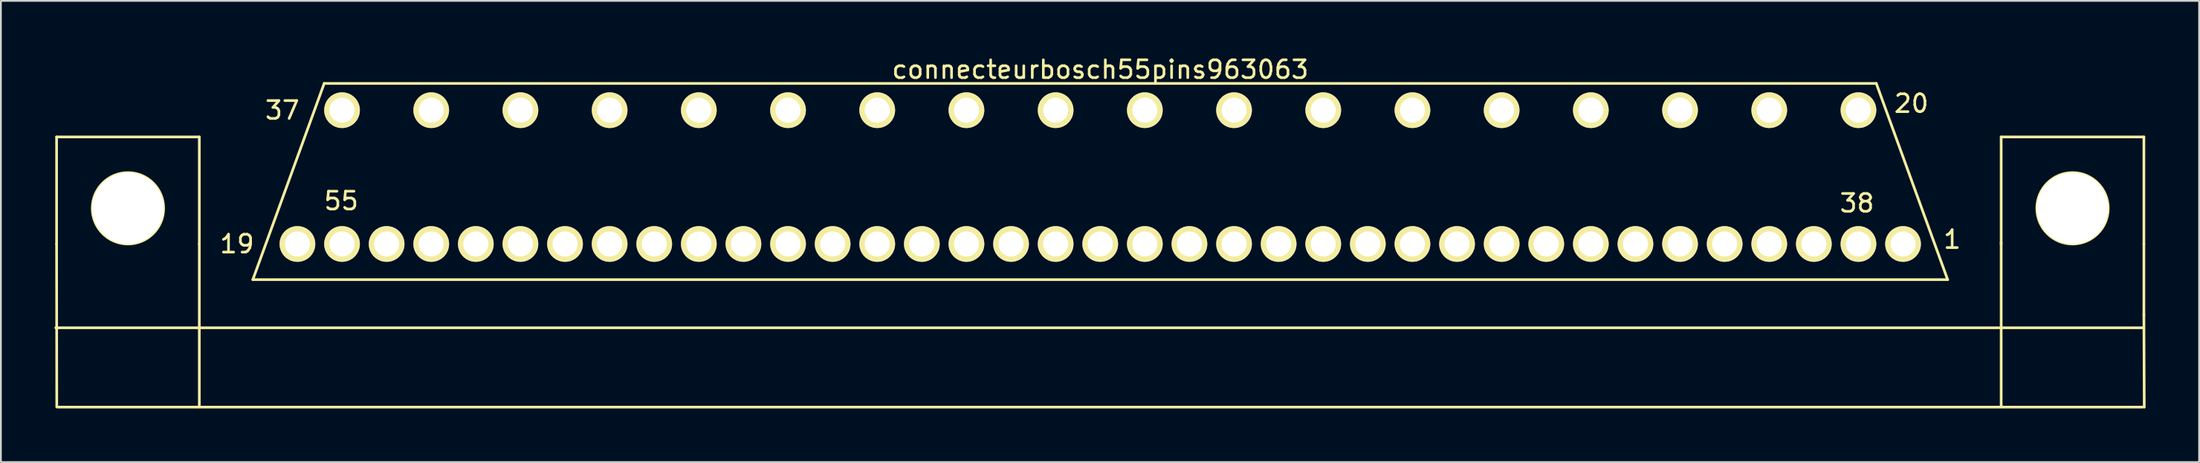
<source format=kicad_pcb>
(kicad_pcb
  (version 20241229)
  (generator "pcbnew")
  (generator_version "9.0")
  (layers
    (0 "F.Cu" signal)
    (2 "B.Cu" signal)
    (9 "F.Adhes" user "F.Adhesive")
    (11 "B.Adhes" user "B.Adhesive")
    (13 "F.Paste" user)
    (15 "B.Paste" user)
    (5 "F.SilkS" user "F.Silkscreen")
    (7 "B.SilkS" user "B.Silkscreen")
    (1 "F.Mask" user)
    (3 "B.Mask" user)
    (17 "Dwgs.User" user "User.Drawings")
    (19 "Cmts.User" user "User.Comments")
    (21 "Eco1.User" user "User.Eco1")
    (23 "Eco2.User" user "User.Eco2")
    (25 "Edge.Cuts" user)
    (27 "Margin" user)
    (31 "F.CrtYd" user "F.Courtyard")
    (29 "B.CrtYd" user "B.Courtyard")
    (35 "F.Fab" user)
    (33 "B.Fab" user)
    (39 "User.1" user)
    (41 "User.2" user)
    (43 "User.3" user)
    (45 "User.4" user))
  (footprint "connecteurbosch55pins963063"
    (layer "F.Cu")
    (at 58.622 10.627)
    (property "Reference" "connecteurbosch55pins963063" (at 0 -9.779 0) (layer "F.SilkS") (effects (font (size 1 1) (thickness 0.15))))
    (attr through_hole)
    (fp_line (start -58.547 4.699) (end 58.42 4.699) (stroke (width 0.15) (type solid)) (layer "F.SilkS"))
    (fp_line (start -58.5 -6) (end -58.5 0) (stroke (width 0.15) (type solid)) (layer "F.SilkS"))
    (fp_line (start -58.5 0) (end -58.49 9.14) (stroke (width 0.15) (type solid)) (layer "F.SilkS"))
    (fp_line (start -58.42 9.144) (end 58.42 9.144) (stroke (width 0.15) (type solid)) (layer "F.SilkS"))
    (fp_line (start -50.5 -6) (end -58.5 -6) (stroke (width 0.15) (type solid)) (layer "F.SilkS"))
    (fp_line (start -50.5 -0.01) (end -50.5 9.13) (stroke (width 0.15) (type solid)) (layer "F.SilkS"))
    (fp_line (start -50.5 0) (end -50.5 -6) (stroke (width 0.15) (type solid)) (layer "F.SilkS"))
    (fp_line (start -47.5 2) (end -43.5 -9) (stroke (width 0.15) (type solid)) (layer "F.SilkS"))
    (fp_line (start -43.5 -9) (end 43.5 -9) (stroke (width 0.15) (type solid)) (layer "F.SilkS"))
    (fp_line (start 43.5 -9) (end 47.5 2) (stroke (width 0.15) (type solid)) (layer "F.SilkS"))
    (fp_line (start 47.5 2) (end -47.5 2) (stroke (width 0.15) (type solid)) (layer "F.SilkS"))
    (fp_line (start 50.5 -6) (end 58.5 -6) (stroke (width 0.15) (type solid)) (layer "F.SilkS"))
    (fp_line (start 50.5 -0.08) (end 50.5 9.11) (stroke (width 0.15) (type solid)) (layer "F.SilkS"))
    (fp_line (start 50.5 0) (end 50.5 -6) (stroke (width 0.15) (type solid)) (layer "F.SilkS"))
    (fp_line (start 58.5 -6) (end 58.5 0) (stroke (width 0.15) (type solid)) (layer "F.SilkS"))
    (fp_line (start 58.5 3.96) (end 58.52 9.15) (stroke (width 0.15) (type solid)) (layer "F.SilkS"))
    (fp_line (start 58.5 4) (end 58.5 0) (stroke (width 0.15) (type solid)) (layer "F.SilkS"))
    (fp_circle (center -54.5 -2) (end -54.5 0) (stroke (width 0.15) (type solid)) (fill no) (layer "F.SilkS"))
    (fp_circle (center 54.5 -2) (end 54.5 0) (stroke (width 0.15) (type solid)) (fill no) (layer "F.SilkS"))
    (fp_text user "1" (at 47.752 -0.254 0) (layer "F.SilkS") (effects (font (size 1 1) (thickness 0.15))))
    (fp_text user "55" (at -42.545 -2.413 0) (layer "F.SilkS") (effects (font (size 1 1) (thickness 0.15))))
    (fp_text user "20" (at 45.466 -7.874 0) (layer "F.SilkS") (effects (font (size 1 1) (thickness 0.15))))
    (fp_text user "19" (at -48.387 0 0) (layer "F.SilkS") (effects (font (size 1 1) (thickness 0.15))))
    (fp_text user "38" (at 42.418 -2.286 0) (layer "F.SilkS") (effects (font (size 1 1) (thickness 0.15))))
    (fp_text user "37" (at -45.847 -7.493 0) (layer "F.SilkS") (effects (font (size 1 1) (thickness 0.15))))
    (pad "1" thru_hole circle (at 45 0) (size 2 2) (drill 1.4) (layers "*.Cu" "*.Mask" "F.SilkS"))
    (pad "2" thru_hole circle (at 40 0) (size 2 2) (drill 1.4) (layers "*.Cu" "*.Mask" "F.SilkS"))
    (pad "3" thru_hole circle (at 35 0) (size 2 2) (drill 1.4) (layers "*.Cu" "*.Mask" "F.SilkS"))
    (pad "4" thru_hole circle (at 30 0) (size 2 2) (drill 1.4) (layers "*.Cu" "*.Mask" "F.SilkS"))
    (pad "5" thru_hole circle (at 25 0) (size 2 2) (drill 1.4) (layers "*.Cu" "*.Mask" "F.SilkS"))
    (pad "6" thru_hole circle (at 20 0) (size 2 2) (drill 1.4) (layers "*.Cu" "*.Mask" "F.SilkS"))
    (pad "7" thru_hole circle (at 15 0) (size 2 2) (drill 1.4) (layers "*.Cu" "*.Mask" "F.SilkS"))
    (pad "8" thru_hole circle (at 10 0) (size 2 2) (drill 1.4) (layers "*.Cu" "*.Mask" "F.SilkS"))
    (pad "9" thru_hole circle (at 5 0) (size 2 2) (drill 1.4) (layers "*.Cu" "*.Mask" "F.SilkS"))
    (pad "10" thru_hole circle (at 0 0) (size 2 2) (drill 1.4) (layers "*.Cu" "*.Mask" "F.SilkS"))
    (pad "11" thru_hole circle (at -5 0) (size 2 2) (drill 1.4) (layers "*.Cu" "*.Mask" "F.SilkS"))
    (pad "12" thru_hole circle (at -10 0) (size 2 2) (drill 1.4) (layers "*.Cu" "*.Mask" "F.SilkS"))
    (pad "13" thru_hole circle (at -15 0) (size 2 2) (drill 1.4) (layers "*.Cu" "*.Mask" "F.SilkS"))
    (pad "14" thru_hole circle (at -20 0) (size 2 2) (drill 1.4) (layers "*.Cu" "*.Mask" "F.SilkS"))
    (pad "15" thru_hole circle (at -25 0) (size 2 2) (drill 1.4) (layers "*.Cu" "*.Mask" "F.SilkS"))
    (pad "16" thru_hole circle (at -30 0) (size 2 2) (drill 1.4) (layers "*.Cu" "*.Mask" "F.SilkS"))
    (pad "17" thru_hole circle (at -35 0) (size 2 2) (drill 1.4) (layers "*.Cu" "*.Mask" "F.SilkS"))
    (pad "18" thru_hole circle (at -40 0) (size 2 2) (drill 1.4) (layers "*.Cu" "*.Mask" "F.SilkS"))
    (pad "19" thru_hole circle (at -45 0) (size 2 2) (drill 1.4) (layers "*.Cu" "*.Mask" "F.SilkS"))
    (pad "20" thru_hole circle (at 42.5 -7.5) (size 2 2) (drill 1.4) (layers "*.Cu" "*.Mask" "F.SilkS"))
    (pad "21" thru_hole circle (at 37.5 -7.5) (size 2 2) (drill 1.4) (layers "*.Cu" "*.Mask" "F.SilkS"))
    (pad "22" thru_hole circle (at 32.5 -7.5) (size 2 2) (drill 1.4) (layers "*.Cu" "*.Mask" "F.SilkS"))
    (pad "23" thru_hole circle (at 27.5 -7.5) (size 2 2) (drill 1.4) (layers "*.Cu" "*.Mask" "F.SilkS"))
    (pad "24" thru_hole circle (at 22.5 -7.5) (size 2 2) (drill 1.4) (layers "*.Cu" "*.Mask" "F.SilkS"))
    (pad "25" thru_hole circle (at 17.5 -7.5) (size 2 2) (drill 1.4) (layers "*.Cu" "*.Mask" "F.SilkS"))
    (pad "26" thru_hole circle (at 12.5 -7.5) (size 2 2) (drill 1.4) (layers "*.Cu" "*.Mask" "F.SilkS"))
    (pad "27" thru_hole circle (at 7.5 -7.5) (size 2 2) (drill 1.4) (layers "*.Cu" "*.Mask" "F.SilkS"))
    (pad "28" thru_hole circle (at 2.5 -7.5) (size 2 2) (drill 1.4) (layers "*.Cu" "*.Mask" "F.SilkS"))
    (pad "29" thru_hole circle (at -2.5 -7.5) (size 2 2) (drill 1.4) (layers "*.Cu" "*.Mask" "F.SilkS"))
    (pad "30" thru_hole circle (at -7.5 -7.5) (size 2 2) (drill 1.4) (layers "*.Cu" "*.Mask" "F.SilkS"))
    (pad "31" thru_hole circle (at -12.5 -7.5) (size 2 2) (drill 1.4) (layers "*.Cu" "*.Mask" "F.SilkS"))
    (pad "32" thru_hole circle (at -17.5 -7.5) (size 2 2) (drill 1.4) (layers "*.Cu" "*.Mask" "F.SilkS"))
    (pad "33" thru_hole circle (at -22.5 -7.5) (size 2 2) (drill 1.4) (layers "*.Cu" "*.Mask" "F.SilkS"))
    (pad "34" thru_hole circle (at -27.5 -7.5) (size 2 2) (drill 1.4) (layers "*.Cu" "*.Mask" "F.SilkS"))
    (pad "35" thru_hole circle (at -32.5 -7.5) (size 2 2) (drill 1.4) (layers "*.Cu" "*.Mask" "F.SilkS"))
    (pad "36" thru_hole circle (at -37.5 -7.5) (size 2 2) (drill 1.4) (layers "*.Cu" "*.Mask" "F.SilkS"))
    (pad "37" thru_hole circle (at -42.5 -7.5) (size 2 2) (drill 1.4) (layers "*.Cu" "*.Mask" "F.SilkS"))
    (pad "38" thru_hole circle (at 42.5 0) (size 2 2) (drill 1.4) (layers "*.Cu" "*.Mask" "F.SilkS"))
    (pad "39" thru_hole circle (at 37.5 0) (size 2 2) (drill 1.4) (layers "*.Cu" "*.Mask" "F.SilkS"))
    (pad "40" thru_hole circle (at 32.5 0) (size 2 2) (drill 1.4) (layers "*.Cu" "*.Mask" "F.SilkS"))
    (pad "41" thru_hole circle (at 27.5 0) (size 2 2) (drill 1.4) (layers "*.Cu" "*.Mask" "F.SilkS"))
    (pad "42" thru_hole circle (at 22.5 0) (size 2 2) (drill 1.4) (layers "*.Cu" "*.Mask" "F.SilkS"))
    (pad "43" thru_hole circle (at 17.5 0) (size 2 2) (drill 1.4) (layers "*.Cu" "*.Mask" "F.SilkS"))
    (pad "44" thru_hole circle (at 12.5 0) (size 2 2) (drill 1.4) (layers "*.Cu" "*.Mask" "F.SilkS"))
    (pad "45" thru_hole circle (at 7.5 0) (size 2 2) (drill 1.4) (layers "*.Cu" "*.Mask" "F.SilkS"))
    (pad "46" thru_hole circle (at 2.5 0) (size 2 2) (drill 1.4) (layers "*.Cu" "*.Mask" "F.SilkS"))
    (pad "47" thru_hole circle (at -2.5 0) (size 2 2) (drill 1.4) (layers "*.Cu" "*.Mask" "F.SilkS"))
    (pad "48" thru_hole circle (at -7.5 0) (size 2 2) (drill 1.4) (layers "*.Cu" "*.Mask" "F.SilkS"))
    (pad "49" thru_hole circle (at -12.5 0) (size 2 2) (drill 1.4) (layers "*.Cu" "*.Mask" "F.SilkS"))
    (pad "50" thru_hole circle (at -17.5 0) (size 2 2) (drill 1.4) (layers "*.Cu" "*.Mask" "F.SilkS"))
    (pad "51" thru_hole circle (at -22.5 0) (size 2 2) (drill 1.4) (layers "*.Cu" "*.Mask" "F.SilkS"))
    (pad "52" thru_hole circle (at -27.5 0) (size 2 2) (drill 1.4) (layers "*.Cu" "*.Mask" "F.SilkS"))
    (pad "53" thru_hole circle (at -32.5 0) (size 2 2) (drill 1.4) (layers "*.Cu" "*.Mask" "F.SilkS"))
    (pad "54" thru_hole circle (at -37.5 0) (size 2 2) (drill 1.4) (layers "*.Cu" "*.Mask" "F.SilkS"))
    (pad "55" thru_hole circle (at -42.5 0) (size 2 2) (drill 1.4) (layers "*.Cu" "*.Mask" "F.SilkS"))
    (pad "~" thru_hole circle (at -54.5 -2) (size 4 4) (drill 4) (layers "*.Cu" "*.Mask" "F.SilkS"))
    (pad "~" thru_hole circle (at 54.5 -2) (size 4 4) (drill 4) (layers "*.Cu" "*.Mask" "F.SilkS")))
  (gr_rect
    (start -3 -3)
    (end 120.217 22.852)
    (stroke (width 0.1) (type default))
    (fill no)
    (layer "Edge.Cuts")))
</source>
